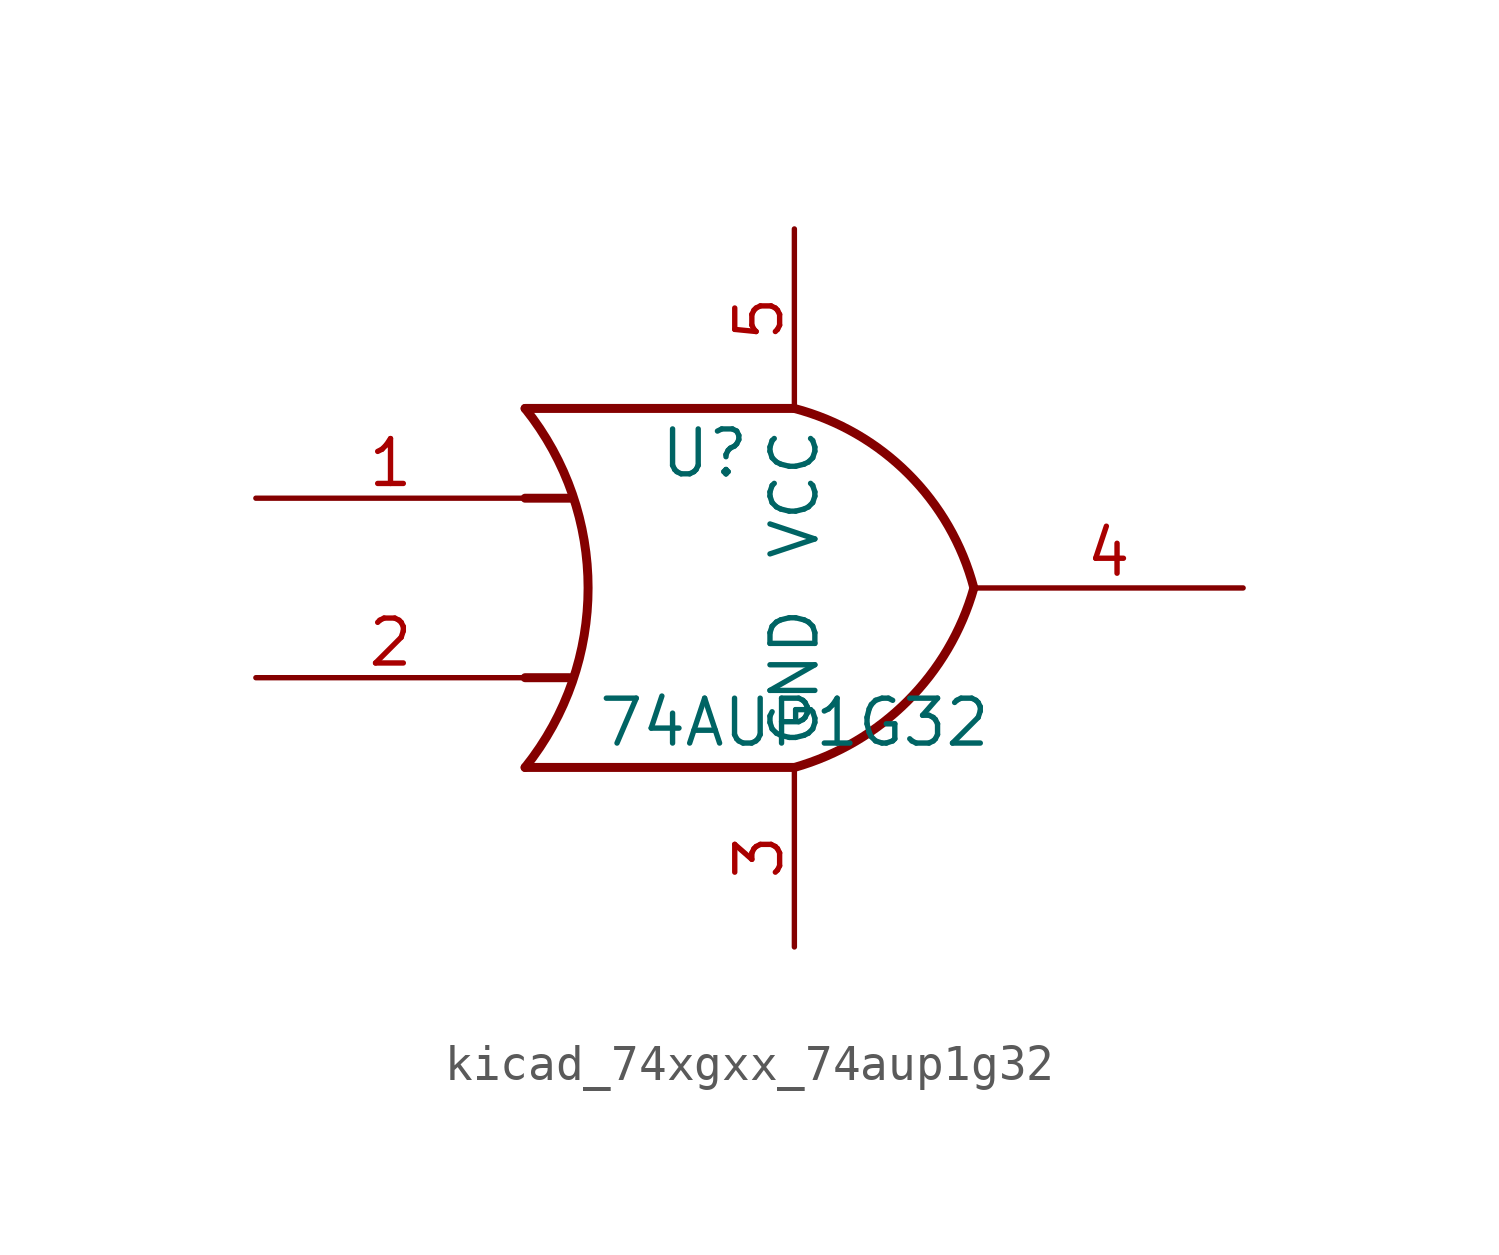
<source format=kicad_sym>
(kicad_symbol_lib
  (version 20220914)
  (generator kicad_symbol_editor)
  (symbol "kicad_74xgxx_74aup1g32"
    (property "Reference" "U"
      (at -2.54 3.81 0)
      (effects (font (size 1.27 1.27))))
    (property "Value" "74AUP1G32"
      (at 0 -3.81 0)
      (effects (font (size 1.27 1.27))))
    (symbol "kicad_74xgxx_74aup1g32_0_1"
      (arc (start -7.62 -5.08) (mid -5.838 0) (end -7.62 5.08) (stroke (width 0.254) (type default)) (fill (type none)))
      (arc (start 0 -5.08) (mid 3.1986 -3.2054) (end 5.08 0) (stroke (width 0.254) (type default)) (fill (type none)))
      (polyline (pts (xy -7.62 -2.54) (xy -6.35 -2.54)) (stroke (width 0.254) (type default)) (fill (type background)))
      (polyline (pts (xy -7.62 2.54) (xy -6.35 2.54)) (stroke (width 0.254) (type default)) (fill (type background)))
      (polyline (pts (xy 0 -5.08) (xy -7.62 -5.08)) (stroke (width 0.254) (type default)) (fill (type background)))
      (polyline (pts (xy 0 5.08) (xy -7.62 5.08)) (stroke (width 0.254) (type default)) (fill (type background)))
      (arc (start 5.08 0) (mid 3.2238 3.2304) (end 0 5.08) (stroke (width 0.254) (type default)) (fill (type none))))
    (symbol "kicad_74xgxx_74aup1g32_1_1"
      (pin input line (at -15.24 2.54 0) (length 7.62) (name "~" (effects (font (size 1.27 1.27)))) (number "1" (effects (font (size 1.27 1.27)))))
      (pin input line (at -15.24 -2.54 0) (length 7.62) (name "~" (effects (font (size 1.27 1.27)))) (number "2" (effects (font (size 1.27 1.27)))))
      (pin power_in line (at 0 -10.16 90) (length 5.08) (name "GND" (effects (font (size 1.27 1.27)))) (number "3" (effects (font (size 1.27 1.27)))))
      (pin output line (at 12.7 0 180) (length 7.62) (name "~" (effects (font (size 1.27 1.27)))) (number "4" (effects (font (size 1.27 1.27)))))
      (pin power_in line (at 0 10.16 270) (length 5.08) (name "VCC" (effects (font (size 1.27 1.27)))) (number "5" (effects (font (size 1.27 1.27))))))))
</source>
